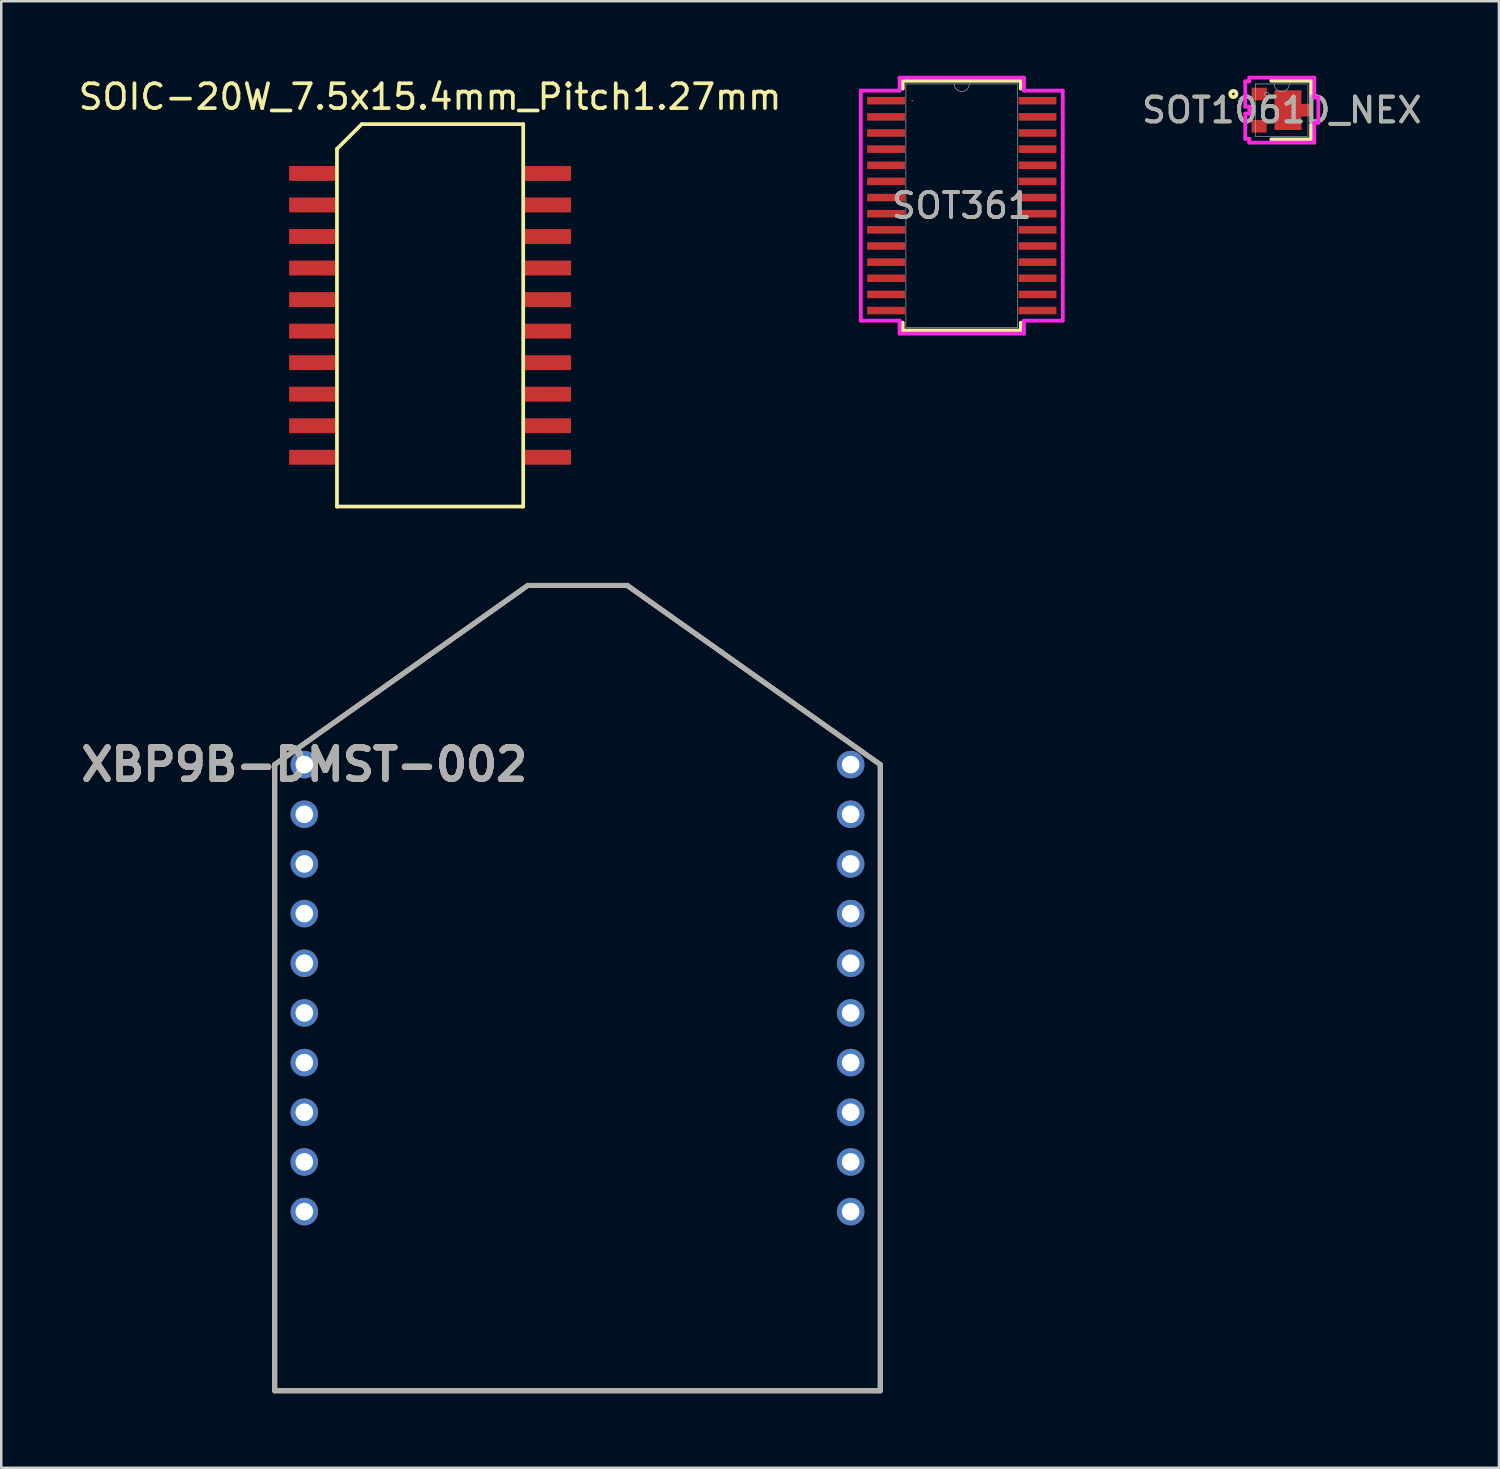
<source format=kicad_pcb>
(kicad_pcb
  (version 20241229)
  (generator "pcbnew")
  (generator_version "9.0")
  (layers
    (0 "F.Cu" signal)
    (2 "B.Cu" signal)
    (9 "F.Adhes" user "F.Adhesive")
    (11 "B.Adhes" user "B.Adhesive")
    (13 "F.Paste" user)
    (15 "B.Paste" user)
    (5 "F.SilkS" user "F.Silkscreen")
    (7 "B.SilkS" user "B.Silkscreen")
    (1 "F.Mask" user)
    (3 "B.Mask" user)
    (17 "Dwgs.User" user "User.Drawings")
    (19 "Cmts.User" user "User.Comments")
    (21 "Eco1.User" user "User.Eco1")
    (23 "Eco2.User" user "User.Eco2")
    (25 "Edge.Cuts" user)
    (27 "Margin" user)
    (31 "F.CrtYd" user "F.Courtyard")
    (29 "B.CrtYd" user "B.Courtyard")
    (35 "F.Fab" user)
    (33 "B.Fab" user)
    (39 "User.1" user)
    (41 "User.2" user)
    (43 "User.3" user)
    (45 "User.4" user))
  (footprint "SOT1061D_NEX"
    (layer "F.Cu")
    (at 48.564 1.384)
    (property "Reference" "SOT1061D_NEX" (at 0 0 0) (unlocked yes) (layer "F.SilkS") (effects (font (size 1 1) (thickness 0.15))))
    (attr smd)
    (fp_poly (pts (xy -0.296 -0.8) (xy 0.796 -0.8) (xy 0.787 -0.254) (xy 1.217 -0.254) (xy 1.217 0.254) (xy 0.787 0.254) (xy 0.796 0.8) (xy -0.296 0.8)) (stroke (width 0) (type solid)) (fill yes) (layer "F.Cu"))
    (fp_poly (pts (xy -0.296 -0.8) (xy 0.796 -0.8) (xy 0.787 -0.254) (xy 1.217 -0.254) (xy 1.217 0.254) (xy 0.787 0.254) (xy 0.796 0.8) (xy -0.296 0.8)) (stroke (width 0) (type solid)) (fill yes) (layer "F.Mask"))
    (fp_line (start -0.423 -1.181) (end 1.181 -1.181) (stroke (width 0.152) (type solid)) (layer "F.SilkS"))
    (fp_line (start 1.181 -1.181) (end 1.181 -0.587) (stroke (width 0.152) (type solid)) (layer "F.SilkS"))
    (fp_line (start 1.181 0.587) (end 1.181 1.181) (stroke (width 0.152) (type solid)) (layer "F.SilkS"))
    (fp_line (start 1.181 1.181) (end -0.423 1.181) (stroke (width 0.152) (type solid)) (layer "F.SilkS"))
    (fp_circle (center -1.949 -0.65) (end -1.822 -0.65) (stroke (width 0.152) (type solid)) (fill no) (layer "F.SilkS"))
    (fp_poly (pts (xy -0.296 -0.8) (xy 0.796 -0.8) (xy 0.787 -0.254) (xy 1.217 -0.254) (xy 1.217 0.254) (xy 0.787 0.254) (xy 0.796 0.8) (xy -0.296 0.8)) (stroke (width 0) (type solid)) (fill yes) (layer "F.Paste"))
    (fp_line (start -1.471 -1.158) (end -1.471 -0.142) (stroke (width 0.152) (type solid)) (layer "F.CrtYd"))
    (fp_line (start -1.471 -0.142) (end -1.308 -0.142) (stroke (width 0.152) (type solid)) (layer "F.CrtYd"))
    (fp_line (start -1.471 0.142) (end -1.471 1.158) (stroke (width 0.152) (type solid)) (layer "F.CrtYd"))
    (fp_line (start -1.471 1.158) (end -1.308 1.158) (stroke (width 0.152) (type solid)) (layer "F.CrtYd"))
    (fp_line (start -1.308 -1.308) (end -1.308 -1.158) (stroke (width 0.152) (type solid)) (layer "F.CrtYd"))
    (fp_line (start -1.308 -1.158) (end -1.471 -1.158) (stroke (width 0.152) (type solid)) (layer "F.CrtYd"))
    (fp_line (start -1.308 -0.142) (end -1.308 0.142) (stroke (width 0.152) (type solid)) (layer "F.CrtYd"))
    (fp_line (start -1.308 0.142) (end -1.471 0.142) (stroke (width 0.152) (type solid)) (layer "F.CrtYd"))
    (fp_line (start -1.308 1.158) (end -1.308 1.308) (stroke (width 0.152) (type solid)) (layer "F.CrtYd"))
    (fp_line (start -1.308 1.308) (end 1.308 1.308) (stroke (width 0.152) (type solid)) (layer "F.CrtYd"))
    (fp_line (start 1.308 -1.308) (end -1.308 -1.308) (stroke (width 0.152) (type solid)) (layer "F.CrtYd"))
    (fp_line (start 1.308 -0.508) (end 1.308 -1.308) (stroke (width 0.152) (type solid)) (layer "F.CrtYd"))
    (fp_line (start 1.308 0.508) (end 1.471 0.508) (stroke (width 0.152) (type solid)) (layer "F.CrtYd"))
    (fp_line (start 1.308 1.308) (end 1.308 0.508) (stroke (width 0.152) (type solid)) (layer "F.CrtYd"))
    (fp_line (start 1.471 -0.508) (end 1.308 -0.508) (stroke (width 0.152) (type solid)) (layer "F.CrtYd"))
    (fp_line (start 1.471 0.508) (end 1.471 -0.508) (stroke (width 0.152) (type solid)) (layer "F.CrtYd"))
    (fp_line (start -1.054 -1.054) (end -1.054 1.054) (stroke (width 0.025) (type solid)) (layer "F.Fab"))
    (fp_line (start -1.054 1.054) (end 1.054 1.054) (stroke (width 0.025) (type solid)) (layer "F.Fab"))
    (fp_line (start 1.054 -1.054) (end -1.054 -1.054) (stroke (width 0.025) (type solid)) (layer "F.Fab"))
    (fp_line (start 1.054 1.054) (end 1.054 -1.054) (stroke (width 0.025) (type solid)) (layer "F.Fab"))
    (fp_arc (start 0.3048 -1.0541) (mid 0 -0.7493) (end -0.3048 -1.0541) (stroke (width 0.0254) (type solid)) (layer "F.Fab"))
    (fp_circle (center -0.608 -0.65) (end -0.531 -0.65) (stroke (width 0.025) (type solid)) (fill no) (layer "F.Fab"))
    (fp_text user "${REFERENCE}" (at 0 0 0) (unlocked yes) (layer "F.Fab") (effects (font (size 1 1) (thickness 0.15))))
    (pad "1" smd rect (at -0.912 -0.65) (size 0.61 0.508) (layers "F.Cu" "F.Mask" "F.Paste"))
    (pad "2" smd rect (at -0.912 0.65) (size 0.61 0.508) (layers "F.Cu" "F.Mask" "F.Paste"))
    (pad "3" smd rect (at 0.912 0) (size 0.127 0.127) (layers "F.Cu" "F.Mask" "F.Paste")))
  (footprint "SOIC-20W_7.5x15.4mm_Pitch1.27mm"
    (layer "F.Cu")
    (at 14.268 9.648)
    (property "Reference" "SOIC-20W_7.5x15.4mm_Pitch1.27mm" (at 0 -8.8 0) (layer "F.SilkS") (effects (font (size 1 1) (thickness 0.15))))
    (attr smd)
    (fp_line (start -3.75 -6.7) (end -2.75 -7.7) (stroke (width 0.15) (type solid)) (layer "F.SilkS"))
    (fp_line (start -3.75 7.7) (end -3.75 -6.7) (stroke (width 0.15) (type solid)) (layer "F.SilkS"))
    (fp_line (start -2.75 -7.7) (end 3.75 -7.7) (stroke (width 0.15) (type solid)) (layer "F.SilkS"))
    (fp_line (start 3.75 -7.7) (end 3.75 7.7) (stroke (width 0.15) (type solid)) (layer "F.SilkS"))
    (fp_line (start 3.75 7.7) (end -3.75 7.7) (stroke (width 0.15) (type solid)) (layer "F.SilkS"))
    (pad "1" smd rect (at -4.7 -5.715) (size 1.95 0.6) (layers "F.Cu" "F.Mask" "F.Paste"))
    (pad "2" smd rect (at -4.7 -4.445) (size 1.95 0.6) (layers "F.Cu" "F.Mask" "F.Paste"))
    (pad "3" smd rect (at -4.7 -3.175) (size 1.95 0.6) (layers "F.Cu" "F.Mask" "F.Paste"))
    (pad "4" smd rect (at -4.7 -1.905) (size 1.95 0.6) (layers "F.Cu" "F.Mask" "F.Paste"))
    (pad "5" smd rect (at -4.7 -0.635) (size 1.95 0.6) (layers "F.Cu" "F.Mask" "F.Paste"))
    (pad "6" smd rect (at -4.7 0.635) (size 1.95 0.6) (layers "F.Cu" "F.Mask" "F.Paste"))
    (pad "7" smd rect (at -4.7 1.905) (size 1.95 0.6) (layers "F.Cu" "F.Mask" "F.Paste"))
    (pad "8" smd rect (at -4.7 3.175) (size 1.95 0.6) (layers "F.Cu" "F.Mask" "F.Paste"))
    (pad "9" smd rect (at -4.7 4.445) (size 1.95 0.6) (layers "F.Cu" "F.Mask" "F.Paste"))
    (pad "10" smd rect (at -4.7 5.715) (size 1.95 0.6) (layers "F.Cu" "F.Mask" "F.Paste"))
    (pad "11" smd rect (at 4.7 5.715) (size 1.95 0.6) (layers "F.Cu" "F.Mask" "F.Paste"))
    (pad "12" smd rect (at 4.7 4.445) (size 1.95 0.6) (layers "F.Cu" "F.Mask" "F.Paste"))
    (pad "13" smd rect (at 4.7 3.175) (size 1.95 0.6) (layers "F.Cu" "F.Mask" "F.Paste"))
    (pad "14" smd rect (at 4.7 1.905) (size 1.95 0.6) (layers "F.Cu" "F.Mask" "F.Paste"))
    (pad "15" smd rect (at 4.7 0.635) (size 1.95 0.6) (layers "F.Cu" "F.Mask" "F.Paste"))
    (pad "16" smd rect (at 4.7 -0.635) (size 1.95 0.6) (layers "F.Cu" "F.Mask" "F.Paste"))
    (pad "17" smd rect (at 4.7 -1.905) (size 1.95 0.6) (layers "F.Cu" "F.Mask" "F.Paste"))
    (pad "18" smd rect (at 4.7 -3.175) (size 1.95 0.6) (layers "F.Cu" "F.Mask" "F.Paste"))
    (pad "19" smd rect (at 4.7 -4.445) (size 1.95 0.6) (layers "F.Cu" "F.Mask" "F.Paste"))
    (pad "20" smd rect (at 4.7 -5.715) (size 1.95 0.6) (layers "F.Cu" "F.Mask" "F.Paste")))
  (footprint "SOT361"
    (layer "F.Cu")
    (at 35.678 5.23)
    (property "Reference" "SOT361" (at 0 0 0) (unlocked yes) (layer "F.SilkS") (effects (font (size 1 1) (thickness 0.15))))
    (attr smd)
    (fp_line (start -2.377 -5.027) (end -2.377 -4.71) (stroke (width 0.152) (type solid)) (layer "F.SilkS"))
    (fp_line (start -2.377 4.71) (end -2.377 5.027) (stroke (width 0.152) (type solid)) (layer "F.SilkS"))
    (fp_line (start -2.377 5.027) (end 2.377 5.027) (stroke (width 0.152) (type solid)) (layer "F.SilkS"))
    (fp_line (start 2.377 -5.027) (end -2.377 -5.027) (stroke (width 0.152) (type solid)) (layer "F.SilkS"))
    (fp_line (start 2.377 -4.71) (end 2.377 -5.027) (stroke (width 0.152) (type solid)) (layer "F.SilkS"))
    (fp_line (start 2.377 5.027) (end 2.377 4.71) (stroke (width 0.152) (type solid)) (layer "F.SilkS"))
    (fp_line (start -4.066 -4.631) (end -2.504 -4.631) (stroke (width 0.152) (type solid)) (layer "F.CrtYd"))
    (fp_line (start -4.066 4.631) (end -4.066 -4.631) (stroke (width 0.152) (type solid)) (layer "F.CrtYd"))
    (fp_line (start -4.066 4.631) (end -2.504 4.631) (stroke (width 0.152) (type solid)) (layer "F.CrtYd"))
    (fp_line (start -2.504 -5.154) (end 2.504 -5.154) (stroke (width 0.152) (type solid)) (layer "F.CrtYd"))
    (fp_line (start -2.504 -4.631) (end -2.504 -5.154) (stroke (width 0.152) (type solid)) (layer "F.CrtYd"))
    (fp_line (start -2.504 5.154) (end -2.504 4.631) (stroke (width 0.152) (type solid)) (layer "F.CrtYd"))
    (fp_line (start 2.504 -5.154) (end 2.504 -4.631) (stroke (width 0.152) (type solid)) (layer "F.CrtYd"))
    (fp_line (start 2.504 4.631) (end 2.504 5.154) (stroke (width 0.152) (type solid)) (layer "F.CrtYd"))
    (fp_line (start 2.504 5.154) (end -2.504 5.154) (stroke (width 0.152) (type solid)) (layer "F.CrtYd"))
    (fp_line (start 4.066 -4.631) (end 2.504 -4.631) (stroke (width 0.152) (type solid)) (layer "F.CrtYd"))
    (fp_line (start 4.066 -4.631) (end 4.066 4.631) (stroke (width 0.152) (type solid)) (layer "F.CrtYd"))
    (fp_line (start 4.066 4.631) (end 2.504 4.631) (stroke (width 0.152) (type solid)) (layer "F.CrtYd"))
    (fp_line (start -2.25 -4.9) (end -2.25 4.9) (stroke (width 0.025) (type solid)) (layer "F.Fab"))
    (fp_line (start -2.25 4.9) (end 2.25 4.9) (stroke (width 0.025) (type solid)) (layer "F.Fab"))
    (fp_line (start 2.25 -4.9) (end -2.25 -4.9) (stroke (width 0.025) (type solid)) (layer "F.Fab"))
    (fp_line (start 2.25 4.9) (end 2.25 -4.9) (stroke (width 0.025) (type solid)) (layer "F.Fab"))
    (fp_arc (start 0.3048 -4.900001) (mid 0 -4.595201) (end -0.3048 -4.900001) (stroke (width 0.0254) (type solid)) (layer "F.Fab"))
    (fp_circle (center -1.996 -4.225) (end -1.996 -4.225) (stroke (width 0.025) (type solid)) (fill no) (layer "F.Fab"))
    (fp_text user "${REFERENCE}" (at 0 0 0) (unlocked yes) (layer "F.Fab") (effects (font (size 1 1) (thickness 0.15))))
    (pad "1" smd rect (at -3.05 -4.225) (size 1.524 0.305) (layers "F.Cu" "F.Mask" "F.Paste"))
    (pad "2" smd rect (at -3.05 -3.575) (size 1.524 0.305) (layers "F.Cu" "F.Mask" "F.Paste"))
    (pad "3" smd rect (at -3.05 -2.925) (size 1.524 0.305) (layers "F.Cu" "F.Mask" "F.Paste"))
    (pad "4" smd rect (at -3.05 -2.275) (size 1.524 0.305) (layers "F.Cu" "F.Mask" "F.Paste"))
    (pad "5" smd rect (at -3.05 -1.625) (size 1.524 0.305) (layers "F.Cu" "F.Mask" "F.Paste"))
    (pad "6" smd rect (at -3.05 -0.975) (size 1.524 0.305) (layers "F.Cu" "F.Mask" "F.Paste"))
    (pad "7" smd rect (at -3.05 -0.325) (size 1.524 0.305) (layers "F.Cu" "F.Mask" "F.Paste"))
    (pad "8" smd rect (at -3.05 0.325) (size 1.524 0.305) (layers "F.Cu" "F.Mask" "F.Paste"))
    (pad "9" smd rect (at -3.05 0.975) (size 1.524 0.305) (layers "F.Cu" "F.Mask" "F.Paste"))
    (pad "10" smd rect (at -3.05 1.625) (size 1.524 0.305) (layers "F.Cu" "F.Mask" "F.Paste"))
    (pad "11" smd rect (at -3.05 2.275) (size 1.524 0.305) (layers "F.Cu" "F.Mask" "F.Paste"))
    (pad "12" smd rect (at -3.05 2.925) (size 1.524 0.305) (layers "F.Cu" "F.Mask" "F.Paste"))
    (pad "13" smd rect (at -3.05 3.575) (size 1.524 0.305) (layers "F.Cu" "F.Mask" "F.Paste"))
    (pad "14" smd rect (at -3.05 4.225) (size 1.524 0.305) (layers "F.Cu" "F.Mask" "F.Paste"))
    (pad "15" smd rect (at 3.05 4.225) (size 1.524 0.305) (layers "F.Cu" "F.Mask" "F.Paste"))
    (pad "16" smd rect (at 3.05 3.575) (size 1.524 0.305) (layers "F.Cu" "F.Mask" "F.Paste"))
    (pad "17" smd rect (at 3.05 2.925) (size 1.524 0.305) (layers "F.Cu" "F.Mask" "F.Paste"))
    (pad "18" smd rect (at 3.05 2.275) (size 1.524 0.305) (layers "F.Cu" "F.Mask" "F.Paste"))
    (pad "19" smd rect (at 3.05 1.625) (size 1.524 0.305) (layers "F.Cu" "F.Mask" "F.Paste"))
    (pad "20" smd rect (at 3.05 0.975) (size 1.524 0.305) (layers "F.Cu" "F.Mask" "F.Paste"))
    (pad "21" smd rect (at 3.05 0.325) (size 1.524 0.305) (layers "F.Cu" "F.Mask" "F.Paste"))
    (pad "22" smd rect (at 3.05 -0.325) (size 1.524 0.305) (layers "F.Cu" "F.Mask" "F.Paste"))
    (pad "23" smd rect (at 3.05 -0.975) (size 1.524 0.305) (layers "F.Cu" "F.Mask" "F.Paste"))
    (pad "24" smd rect (at 3.05 -1.625) (size 1.524 0.305) (layers "F.Cu" "F.Mask" "F.Paste"))
    (pad "25" smd rect (at 3.05 -2.275) (size 1.524 0.305) (layers "F.Cu" "F.Mask" "F.Paste"))
    (pad "26" smd rect (at 3.05 -2.925) (size 1.524 0.305) (layers "F.Cu" "F.Mask" "F.Paste"))
    (pad "27" smd rect (at 3.05 -3.575) (size 1.524 0.305) (layers "F.Cu" "F.Mask" "F.Paste"))
    (pad "28" smd rect (at 3.05 -4.225) (size 1.524 0.305) (layers "F.Cu" "F.Mask" "F.Paste")))
  (footprint "XBP9B-DMST-002"
    (layer "F.Cu")
    (at 9.204 27.738)
    (property "Reference" "XBP9B-DMST-002" (at 0 0 0) (layer "F.SilkS") (effects (font (size 1.27 1.27) (thickness 0.254))))
    (attr through_hole)
    (fp_line (start -1.192 0) (end -1.192 25.215) (stroke (width 0.2) (type solid)) (layer "F.SilkS"))
    (fp_line (start -1.192 25.215) (end 23.192 25.215) (stroke (width 0.2) (type solid)) (layer "F.SilkS"))
    (fp_line (start 9 -7.215) (end -1.192 0) (stroke (width 0.2) (type solid)) (layer "F.SilkS"))
    (fp_line (start 13 -7.215) (end 9 -7.215) (stroke (width 0.2) (type solid)) (layer "F.SilkS"))
    (fp_line (start 23.192 0) (end 13 -7.215) (stroke (width 0.2) (type solid)) (layer "F.SilkS"))
    (fp_line (start 23.192 25.215) (end 23.192 0) (stroke (width 0.2) (type solid)) (layer "F.SilkS"))
    (fp_line (start -1.192 0) (end -1.192 25.215) (stroke (width 0.2) (type solid)) (layer "F.Fab"))
    (fp_line (start -1.192 25.215) (end 23.192 25.215) (stroke (width 0.2) (type solid)) (layer "F.Fab"))
    (fp_line (start 9 -7.215) (end -1.192 0) (stroke (width 0.2) (type solid)) (layer "F.Fab"))
    (fp_line (start 13 -7.215) (end 9 -7.215) (stroke (width 0.2) (type solid)) (layer "F.Fab"))
    (fp_line (start 23.192 0) (end 13 -7.215) (stroke (width 0.2) (type solid)) (layer "F.Fab"))
    (fp_line (start 23.192 25.215) (end 23.192 0) (stroke (width 0.2) (type solid)) (layer "F.Fab"))
    (fp_text user "${REFERENCE}" (at 0 0 0) (layer "F.Fab") (effects (font (size 1.27 1.27) (thickness 0.254))))
    (pad "1" thru_hole circle (at 0 0) (size 1.11 1.11) (drill 0.71) (layers "*.Cu" "*.Mask"))
    (pad "2" thru_hole circle (at 0 2) (size 1.11 1.11) (drill 0.71) (layers "*.Cu" "*.Mask"))
    (pad "3" thru_hole circle (at 0 4) (size 1.11 1.11) (drill 0.71) (layers "*.Cu" "*.Mask"))
    (pad "4" thru_hole circle (at 0 6) (size 1.11 1.11) (drill 0.71) (layers "*.Cu" "*.Mask"))
    (pad "5" thru_hole circle (at 0 8) (size 1.11 1.11) (drill 0.71) (layers "*.Cu" "*.Mask"))
    (pad "6" thru_hole circle (at 0 10) (size 1.11 1.11) (drill 0.71) (layers "*.Cu" "*.Mask"))
    (pad "7" thru_hole circle (at 0 12) (size 1.11 1.11) (drill 0.71) (layers "*.Cu" "*.Mask"))
    (pad "8" thru_hole circle (at 0 14) (size 1.11 1.11) (drill 0.71) (layers "*.Cu" "*.Mask"))
    (pad "9" thru_hole circle (at 0 16) (size 1.11 1.11) (drill 0.71) (layers "*.Cu" "*.Mask"))
    (pad "10" thru_hole circle (at 0 18) (size 1.11 1.11) (drill 0.71) (layers "*.Cu" "*.Mask"))
    (pad "11" thru_hole circle (at 22 18) (size 1.11 1.11) (drill 0.71) (layers "*.Cu" "*.Mask"))
    (pad "12" thru_hole circle (at 22 16) (size 1.11 1.11) (drill 0.71) (layers "*.Cu" "*.Mask"))
    (pad "13" thru_hole circle (at 22 14) (size 1.11 1.11) (drill 0.71) (layers "*.Cu" "*.Mask"))
    (pad "14" thru_hole circle (at 22 12) (size 1.11 1.11) (drill 0.71) (layers "*.Cu" "*.Mask"))
    (pad "15" thru_hole circle (at 22 10) (size 1.11 1.11) (drill 0.71) (layers "*.Cu" "*.Mask"))
    (pad "16" thru_hole circle (at 22 8) (size 1.11 1.11) (drill 0.71) (layers "*.Cu" "*.Mask"))
    (pad "17" thru_hole circle (at 22 6) (size 1.11 1.11) (drill 0.71) (layers "*.Cu" "*.Mask"))
    (pad "18" thru_hole circle (at 22 4) (size 1.11 1.11) (drill 0.71) (layers "*.Cu" "*.Mask"))
    (pad "19" thru_hole circle (at 22 2) (size 1.11 1.11) (drill 0.71) (layers "*.Cu" "*.Mask"))
    (pad "20" thru_hole circle (at 22 0) (size 1.11 1.11) (drill 0.71) (layers "*.Cu" "*.Mask")))
  (gr_rect
    (start -3 -3)
    (end 57.308 56.053)
    (stroke (width 0.1) (type default))
    (fill no)
    (layer "Edge.Cuts")))
</source>
